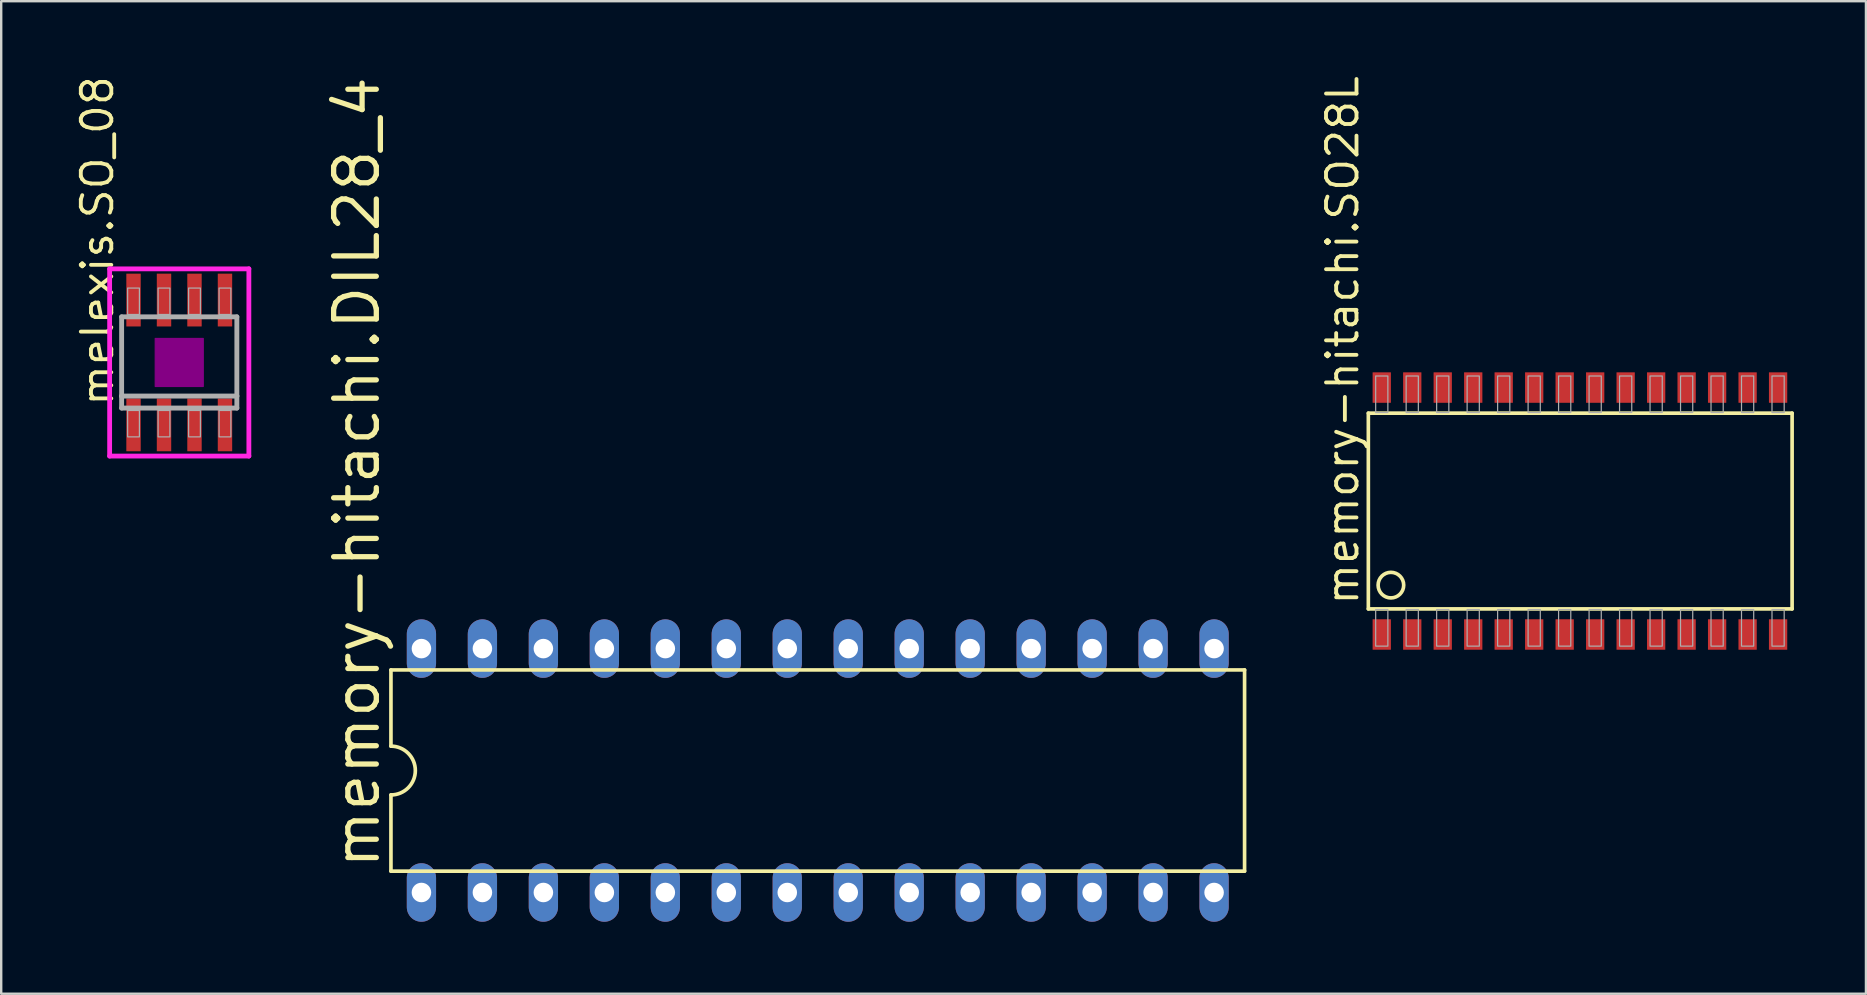
<source format=kicad_pcb>
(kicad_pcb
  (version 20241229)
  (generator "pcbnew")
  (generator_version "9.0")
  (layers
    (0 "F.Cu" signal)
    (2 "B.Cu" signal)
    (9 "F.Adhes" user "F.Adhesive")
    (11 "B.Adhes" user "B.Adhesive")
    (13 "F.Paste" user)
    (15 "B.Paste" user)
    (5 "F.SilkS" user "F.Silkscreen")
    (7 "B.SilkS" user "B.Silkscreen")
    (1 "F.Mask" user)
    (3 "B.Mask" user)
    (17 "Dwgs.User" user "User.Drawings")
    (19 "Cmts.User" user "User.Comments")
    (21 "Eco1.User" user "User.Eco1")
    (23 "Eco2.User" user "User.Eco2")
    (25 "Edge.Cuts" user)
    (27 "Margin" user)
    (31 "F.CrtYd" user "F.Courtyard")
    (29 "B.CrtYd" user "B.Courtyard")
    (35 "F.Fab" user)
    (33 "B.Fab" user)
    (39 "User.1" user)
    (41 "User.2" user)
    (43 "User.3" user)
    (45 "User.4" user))
  (footprint "memory-hitachi.SO28L"
    (layer "F.Cu")
    (at 62.131 18.175)
    (property "Reference" "memory-hitachi.SO28L" (at -8.509 4.064 90) (layer "F.SilkS") (effects (font (size 1.27 1.27) (thickness 0.16)) (justify left bottom)))
    (attr smd)
    (fp_line (start -8.179 -4.013) (end -8.179 4.14) (stroke (width 0.152) (type default)) (layer "F.SilkS"))
    (fp_line (start -8.179 4.14) (end 9.474 4.14) (stroke (width 0.152) (type default)) (layer "F.SilkS"))
    (fp_line (start 9.474 -4.013) (end -8.179 -4.013) (stroke (width 0.152) (type default)) (layer "F.SilkS"))
    (fp_line (start 9.474 4.14) (end 9.474 -4.013) (stroke (width 0.152) (type default)) (layer "F.SilkS"))
    (fp_circle (center -7.239 3.15) (end -6.706 3.15) (stroke (width 0.152) (type default)) (fill no) (layer "F.SilkS"))
    (fp_rect (start -7.874 -4.039) (end -7.366 -5.563) (stroke (width 0.05) (type default)) (fill no) (layer "F.Fab"))
    (fp_rect (start -7.874 5.69) (end -7.366 4.166) (stroke (width 0.05) (type default)) (fill no) (layer "F.Fab"))
    (fp_rect (start -6.604 -4.039) (end -6.096 -5.563) (stroke (width 0.05) (type default)) (fill no) (layer "F.Fab"))
    (fp_rect (start -6.604 5.69) (end -6.096 4.166) (stroke (width 0.05) (type default)) (fill no) (layer "F.Fab"))
    (fp_rect (start -5.334 -4.039) (end -4.826 -5.563) (stroke (width 0.05) (type default)) (fill no) (layer "F.Fab"))
    (fp_rect (start -5.334 5.69) (end -4.826 4.166) (stroke (width 0.05) (type default)) (fill no) (layer "F.Fab"))
    (fp_rect (start -4.064 -4.039) (end -3.556 -5.563) (stroke (width 0.05) (type default)) (fill no) (layer "F.Fab"))
    (fp_rect (start -4.064 5.69) (end -3.556 4.166) (stroke (width 0.05) (type default)) (fill no) (layer "F.Fab"))
    (fp_rect (start -2.794 -4.039) (end -2.286 -5.563) (stroke (width 0.05) (type default)) (fill no) (layer "F.Fab"))
    (fp_rect (start -2.794 5.69) (end -2.286 4.166) (stroke (width 0.05) (type default)) (fill no) (layer "F.Fab"))
    (fp_rect (start -1.524 -4.039) (end -1.016 -5.563) (stroke (width 0.05) (type default)) (fill no) (layer "F.Fab"))
    (fp_rect (start -1.524 5.69) (end -1.016 4.166) (stroke (width 0.05) (type default)) (fill no) (layer "F.Fab"))
    (fp_rect (start -0.254 -4.039) (end 0.254 -5.563) (stroke (width 0.05) (type default)) (fill no) (layer "F.Fab"))
    (fp_rect (start -0.254 5.69) (end 0.254 4.166) (stroke (width 0.05) (type default)) (fill no) (layer "F.Fab"))
    (fp_rect (start 1.016 -4.039) (end 1.524 -5.563) (stroke (width 0.05) (type default)) (fill no) (layer "F.Fab"))
    (fp_rect (start 1.016 5.69) (end 1.524 4.166) (stroke (width 0.05) (type default)) (fill no) (layer "F.Fab"))
    (fp_rect (start 2.286 -4.039) (end 2.794 -5.563) (stroke (width 0.05) (type default)) (fill no) (layer "F.Fab"))
    (fp_rect (start 2.286 5.69) (end 2.794 4.166) (stroke (width 0.05) (type default)) (fill no) (layer "F.Fab"))
    (fp_rect (start 3.556 -4.039) (end 4.064 -5.563) (stroke (width 0.05) (type default)) (fill no) (layer "F.Fab"))
    (fp_rect (start 3.556 5.69) (end 4.064 4.166) (stroke (width 0.05) (type default)) (fill no) (layer "F.Fab"))
    (fp_rect (start 4.826 -4.039) (end 5.334 -5.563) (stroke (width 0.05) (type default)) (fill no) (layer "F.Fab"))
    (fp_rect (start 4.826 5.69) (end 5.334 4.166) (stroke (width 0.05) (type default)) (fill no) (layer "F.Fab"))
    (fp_rect (start 6.096 -4.039) (end 6.604 -5.563) (stroke (width 0.05) (type default)) (fill no) (layer "F.Fab"))
    (fp_rect (start 6.096 5.69) (end 6.604 4.166) (stroke (width 0.05) (type default)) (fill no) (layer "F.Fab"))
    (fp_rect (start 7.366 -4.039) (end 7.874 -5.563) (stroke (width 0.05) (type default)) (fill no) (layer "F.Fab"))
    (fp_rect (start 7.366 5.69) (end 7.874 4.166) (stroke (width 0.05) (type default)) (fill no) (layer "F.Fab"))
    (fp_rect (start 8.636 -4.039) (end 9.144 -5.563) (stroke (width 0.05) (type default)) (fill no) (layer "F.Fab"))
    (fp_rect (start 8.636 5.69) (end 9.144 4.166) (stroke (width 0.05) (type default)) (fill no) (layer "F.Fab"))
    (pad "1" smd roundrect (at -7.62 5.207) (size 0.762 1.27) (layers "F.Cu" "F.Mask" "F.Paste") (roundrect_rratio 0.01))
    (pad "2" smd roundrect (at -6.35 5.207) (size 0.762 1.27) (layers "F.Cu" "F.Mask" "F.Paste") (roundrect_rratio 0.01))
    (pad "3" smd roundrect (at -5.08 5.207) (size 0.762 1.27) (layers "F.Cu" "F.Mask" "F.Paste") (roundrect_rratio 0.01))
    (pad "4" smd roundrect (at -3.81 5.207) (size 0.762 1.27) (layers "F.Cu" "F.Mask" "F.Paste") (roundrect_rratio 0.01))
    (pad "5" smd roundrect (at -2.54 5.207) (size 0.762 1.27) (layers "F.Cu" "F.Mask" "F.Paste") (roundrect_rratio 0.01))
    (pad "6" smd roundrect (at -1.27 5.207) (size 0.762 1.27) (layers "F.Cu" "F.Mask" "F.Paste") (roundrect_rratio 0.01))
    (pad "7" smd roundrect (at 0 5.207) (size 0.762 1.27) (layers "F.Cu" "F.Mask" "F.Paste") (roundrect_rratio 0.01))
    (pad "8" smd roundrect (at 1.27 5.207) (size 0.762 1.27) (layers "F.Cu" "F.Mask" "F.Paste") (roundrect_rratio 0.01))
    (pad "9" smd roundrect (at 2.54 5.207) (size 0.762 1.27) (layers "F.Cu" "F.Mask" "F.Paste") (roundrect_rratio 0.01))
    (pad "10" smd roundrect (at 3.81 5.207) (size 0.762 1.27) (layers "F.Cu" "F.Mask" "F.Paste") (roundrect_rratio 0.01))
    (pad "11" smd roundrect (at 5.08 5.207) (size 0.762 1.27) (layers "F.Cu" "F.Mask" "F.Paste") (roundrect_rratio 0.01))
    (pad "12" smd roundrect (at 6.35 5.207) (size 0.762 1.27) (layers "F.Cu" "F.Mask" "F.Paste") (roundrect_rratio 0.01))
    (pad "13" smd roundrect (at 7.62 5.207) (size 0.762 1.27) (layers "F.Cu" "F.Mask" "F.Paste") (roundrect_rratio 0.01))
    (pad "14" smd roundrect (at 8.89 5.207) (size 0.762 1.27) (layers "F.Cu" "F.Mask" "F.Paste") (roundrect_rratio 0.01))
    (pad "15" smd roundrect (at 8.89 -5.08) (size 0.762 1.27) (layers "F.Cu" "F.Mask" "F.Paste") (roundrect_rratio 0.01))
    (pad "16" smd roundrect (at 7.62 -5.08) (size 0.762 1.27) (layers "F.Cu" "F.Mask" "F.Paste") (roundrect_rratio 0.01))
    (pad "17" smd roundrect (at 6.35 -5.08) (size 0.762 1.27) (layers "F.Cu" "F.Mask" "F.Paste") (roundrect_rratio 0.01))
    (pad "18" smd roundrect (at 5.08 -5.08) (size 0.762 1.27) (layers "F.Cu" "F.Mask" "F.Paste") (roundrect_rratio 0.01))
    (pad "19" smd roundrect (at 3.81 -5.08) (size 0.762 1.27) (layers "F.Cu" "F.Mask" "F.Paste") (roundrect_rratio 0.01))
    (pad "20" smd roundrect (at 2.54 -5.08) (size 0.762 1.27) (layers "F.Cu" "F.Mask" "F.Paste") (roundrect_rratio 0.01))
    (pad "21" smd roundrect (at 1.27 -5.08) (size 0.762 1.27) (layers "F.Cu" "F.Mask" "F.Paste") (roundrect_rratio 0.01))
    (pad "22" smd roundrect (at 0 -5.08) (size 0.762 1.27) (layers "F.Cu" "F.Mask" "F.Paste") (roundrect_rratio 0.01))
    (pad "23" smd roundrect (at -1.27 -5.08) (size 0.762 1.27) (layers "F.Cu" "F.Mask" "F.Paste") (roundrect_rratio 0.01))
    (pad "24" smd roundrect (at -2.54 -5.08) (size 0.762 1.27) (layers "F.Cu" "F.Mask" "F.Paste") (roundrect_rratio 0.01))
    (pad "25" smd roundrect (at -3.81 -5.08) (size 0.762 1.27) (layers "F.Cu" "F.Mask" "F.Paste") (roundrect_rratio 0.01))
    (pad "26" smd roundrect (at -5.08 -5.08) (size 0.762 1.27) (layers "F.Cu" "F.Mask" "F.Paste") (roundrect_rratio 0.01))
    (pad "27" smd roundrect (at -6.35 -5.08) (size 0.762 1.27) (layers "F.Cu" "F.Mask" "F.Paste") (roundrect_rratio 0.01))
    (pad "28" smd roundrect (at -7.62 -5.08) (size 0.762 1.27) (layers "F.Cu" "F.Mask" "F.Paste") (roundrect_rratio 0.01)))
  (footprint "melexis.SO_08"
    (layer "F.Cu")
    (at 4.417 12.049)
    (property "Reference" "melexis.SO_08" (at -2.667 1.905 90) (layer "F.SilkS") (effects (font (size 1.27 1.27) (thickness 0.16)) (justify left bottom)))
    (attr smd)
    (fp_rect (start -1 1) (end 1 -1) (stroke (width 0.05) (type default)) (fill yes) (layer "F.Adhes"))
    (fp_line (start -2.9 -3.9) (end 2.9 -3.9) (stroke (width 0.2) (type default)) (layer "F.CrtYd"))
    (fp_line (start -2.9 3.9) (end -2.9 -3.9) (stroke (width 0.2) (type default)) (layer "F.CrtYd"))
    (fp_line (start 2.9 -3.9) (end 2.9 3.9) (stroke (width 0.2) (type default)) (layer "F.CrtYd"))
    (fp_line (start 2.9 3.9) (end -2.9 3.9) (stroke (width 0.2) (type default)) (layer "F.CrtYd"))
    (fp_line (start -2.4 -1.9) (end 2.4 -1.9) (stroke (width 0.203) (type default)) (layer "F.Fab"))
    (fp_line (start -2.4 1.4) (end -2.4 -1.9) (stroke (width 0.203) (type default)) (layer "F.Fab"))
    (fp_line (start -2.4 1.9) (end -2.4 1.4) (stroke (width 0.203) (type default)) (layer "F.Fab"))
    (fp_line (start 2.4 -1.9) (end 2.4 1.4) (stroke (width 0.203) (type default)) (layer "F.Fab"))
    (fp_line (start 2.4 1.4) (end -2.4 1.4) (stroke (width 0.203) (type default)) (layer "F.Fab"))
    (fp_line (start 2.4 1.4) (end 2.4 1.9) (stroke (width 0.203) (type default)) (layer "F.Fab"))
    (fp_line (start 2.4 1.9) (end -2.4 1.9) (stroke (width 0.203) (type default)) (layer "F.Fab"))
    (fp_rect (start -2.15 -2) (end -1.66 -3.1) (stroke (width 0.05) (type default)) (fill no) (layer "F.Fab"))
    (fp_rect (start -2.15 3.1) (end -1.66 2) (stroke (width 0.05) (type default)) (fill no) (layer "F.Fab"))
    (fp_rect (start -0.88 -2) (end -0.39 -3.1) (stroke (width 0.05) (type default)) (fill no) (layer "F.Fab"))
    (fp_rect (start -0.88 3.1) (end -0.39 2) (stroke (width 0.05) (type default)) (fill no) (layer "F.Fab"))
    (fp_rect (start 0.39 -2) (end 0.88 -3.1) (stroke (width 0.05) (type default)) (fill no) (layer "F.Fab"))
    (fp_rect (start 0.39 3.1) (end 0.88 2) (stroke (width 0.05) (type default)) (fill no) (layer "F.Fab"))
    (fp_rect (start 1.66 -2) (end 2.15 -3.1) (stroke (width 0.05) (type default)) (fill no) (layer "F.Fab"))
    (fp_rect (start 1.66 3.1) (end 2.15 2) (stroke (width 0.05) (type default)) (fill no) (layer "F.Fab"))
    (pad "1" smd roundrect (at -1.905 2.6) (size 0.6 2.2) (layers "F.Cu" "F.Mask" "F.Paste") (roundrect_rratio 0.01))
    (pad "2" smd roundrect (at -0.635 2.6) (size 0.6 2.2) (layers "F.Cu" "F.Mask" "F.Paste") (roundrect_rratio 0.01))
    (pad "3" smd roundrect (at 0.635 2.6) (size 0.6 2.2) (layers "F.Cu" "F.Mask" "F.Paste") (roundrect_rratio 0.01))
    (pad "4" smd roundrect (at 1.905 2.6) (size 0.6 2.2) (layers "F.Cu" "F.Mask" "F.Paste") (roundrect_rratio 0.01))
    (pad "5" smd roundrect (at 1.905 -2.6) (size 0.6 2.2) (layers "F.Cu" "F.Mask" "F.Paste") (roundrect_rratio 0.01))
    (pad "6" smd roundrect (at 0.635 -2.6) (size 0.6 2.2) (layers "F.Cu" "F.Mask" "F.Paste") (roundrect_rratio 0.01))
    (pad "7" smd roundrect (at -0.635 -2.6) (size 0.6 2.2) (layers "F.Cu" "F.Mask" "F.Paste") (roundrect_rratio 0.01))
    (pad "8" smd roundrect (at -1.905 -2.6) (size 0.6 2.2) (layers "F.Cu" "F.Mask" "F.Paste") (roundrect_rratio 0.01)))
  (footprint "memory-hitachi.DIL28_4"
    (layer "F.Cu")
    (at 31.016 29.049)
    (property "Reference" "memory-hitachi.DIL28_4" (at -18.161 4.191 90) (layer "F.SilkS") (effects (font (size 1.778 1.778) (thickness 0.22)) (justify left bottom)))
    (attr through_hole)
    (fp_line (start -17.78 -4.191) (end -17.78 -1.016) (stroke (width 0.152) (type default)) (layer "F.SilkS"))
    (fp_line (start -17.78 4.191) (end -17.78 1.016) (stroke (width 0.152) (type default)) (layer "F.SilkS"))
    (fp_line (start -17.78 4.191) (end 17.78 4.191) (stroke (width 0.152) (type default)) (layer "F.SilkS"))
    (fp_line (start 17.78 -4.191) (end -17.78 -4.191) (stroke (width 0.152) (type default)) (layer "F.SilkS"))
    (fp_line (start 17.78 -4.191) (end 17.78 4.191) (stroke (width 0.152) (type default)) (layer "F.SilkS"))
    (fp_arc (start -17.78 -1.016) (mid -16.764 0) (end -17.78 1.016) (stroke (width 0.1524) (type default)) (layer "F.SilkS"))
    (pad "1" thru_hole oval (at -16.51 5.08 90) (size 2.438 1.219) (drill 0.813) (layers "*.Cu" "*.Mask"))
    (pad "2" thru_hole oval (at -13.97 5.08 90) (size 2.438 1.219) (drill 0.813) (layers "*.Cu" "*.Mask"))
    (pad "3" thru_hole oval (at -11.43 5.08 90) (size 2.438 1.219) (drill 0.813) (layers "*.Cu" "*.Mask"))
    (pad "4" thru_hole oval (at -8.89 5.08 90) (size 2.438 1.219) (drill 0.813) (layers "*.Cu" "*.Mask"))
    (pad "5" thru_hole oval (at -6.35 5.08 90) (size 2.438 1.219) (drill 0.813) (layers "*.Cu" "*.Mask"))
    (pad "6" thru_hole oval (at -3.81 5.08 90) (size 2.438 1.219) (drill 0.813) (layers "*.Cu" "*.Mask"))
    (pad "7" thru_hole oval (at -1.27 5.08 90) (size 2.438 1.219) (drill 0.813) (layers "*.Cu" "*.Mask"))
    (pad "8" thru_hole oval (at 1.27 5.08 90) (size 2.438 1.219) (drill 0.813) (layers "*.Cu" "*.Mask"))
    (pad "9" thru_hole oval (at 3.81 5.08 90) (size 2.438 1.219) (drill 0.813) (layers "*.Cu" "*.Mask"))
    (pad "10" thru_hole oval (at 6.35 5.08 90) (size 2.438 1.219) (drill 0.813) (layers "*.Cu" "*.Mask"))
    (pad "11" thru_hole oval (at 8.89 5.08 90) (size 2.438 1.219) (drill 0.813) (layers "*.Cu" "*.Mask"))
    (pad "12" thru_hole oval (at 11.43 5.08 90) (size 2.438 1.219) (drill 0.813) (layers "*.Cu" "*.Mask"))
    (pad "13" thru_hole oval (at 13.97 5.08 90) (size 2.438 1.219) (drill 0.813) (layers "*.Cu" "*.Mask"))
    (pad "14" thru_hole oval (at 16.51 5.08 90) (size 2.438 1.219) (drill 0.813) (layers "*.Cu" "*.Mask"))
    (pad "15" thru_hole oval (at 16.51 -5.08 90) (size 2.438 1.219) (drill 0.813) (layers "*.Cu" "*.Mask"))
    (pad "16" thru_hole oval (at 13.97 -5.08 90) (size 2.438 1.219) (drill 0.813) (layers "*.Cu" "*.Mask"))
    (pad "17" thru_hole oval (at 11.43 -5.08 90) (size 2.438 1.219) (drill 0.813) (layers "*.Cu" "*.Mask"))
    (pad "18" thru_hole oval (at 8.89 -5.08 90) (size 2.438 1.219) (drill 0.813) (layers "*.Cu" "*.Mask"))
    (pad "19" thru_hole oval (at 6.35 -5.08 90) (size 2.438 1.219) (drill 0.813) (layers "*.Cu" "*.Mask"))
    (pad "20" thru_hole oval (at 3.81 -5.08 90) (size 2.438 1.219) (drill 0.813) (layers "*.Cu" "*.Mask"))
    (pad "21" thru_hole oval (at 1.27 -5.08 90) (size 2.438 1.219) (drill 0.813) (layers "*.Cu" "*.Mask"))
    (pad "22" thru_hole oval (at -1.27 -5.08 90) (size 2.438 1.219) (drill 0.813) (layers "*.Cu" "*.Mask"))
    (pad "23" thru_hole oval (at -3.81 -5.08 90) (size 2.438 1.219) (drill 0.813) (layers "*.Cu" "*.Mask"))
    (pad "24" thru_hole oval (at -6.35 -5.08 90) (size 2.438 1.219) (drill 0.813) (layers "*.Cu" "*.Mask"))
    (pad "25" thru_hole oval (at -8.89 -5.08 90) (size 2.438 1.219) (drill 0.813) (layers "*.Cu" "*.Mask"))
    (pad "26" thru_hole oval (at -11.43 -5.08 90) (size 2.438 1.219) (drill 0.813) (layers "*.Cu" "*.Mask"))
    (pad "27" thru_hole oval (at -13.97 -5.08 90) (size 2.438 1.219) (drill 0.813) (layers "*.Cu" "*.Mask"))
    (pad "28" thru_hole oval (at -16.51 -5.08 90) (size 2.438 1.219) (drill 0.813) (layers "*.Cu" "*.Mask")))
  (gr_rect
    (start -3 -3)
    (end 74.681 38.348)
    (stroke (width 0.1) (type default))
    (fill no)
    (layer "Edge.Cuts")))
</source>
